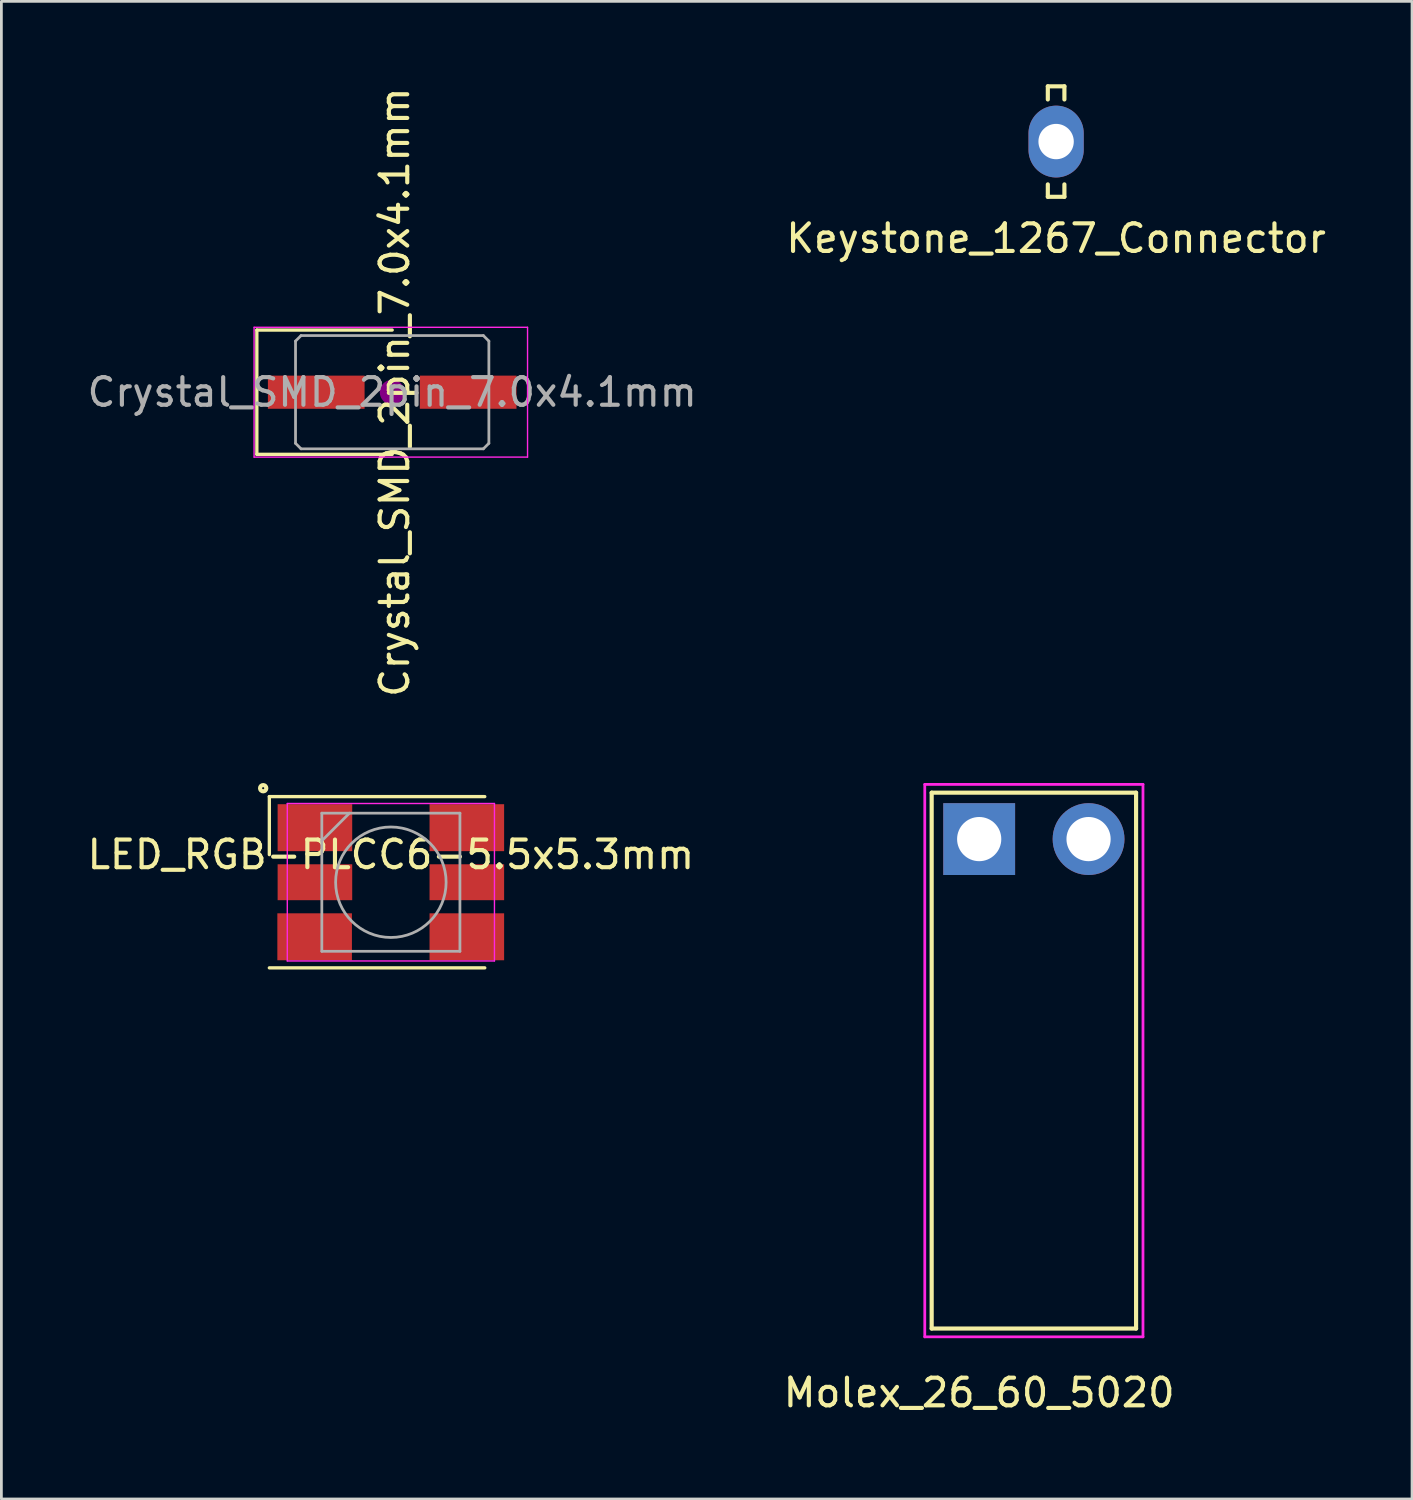
<source format=kicad_pcb>
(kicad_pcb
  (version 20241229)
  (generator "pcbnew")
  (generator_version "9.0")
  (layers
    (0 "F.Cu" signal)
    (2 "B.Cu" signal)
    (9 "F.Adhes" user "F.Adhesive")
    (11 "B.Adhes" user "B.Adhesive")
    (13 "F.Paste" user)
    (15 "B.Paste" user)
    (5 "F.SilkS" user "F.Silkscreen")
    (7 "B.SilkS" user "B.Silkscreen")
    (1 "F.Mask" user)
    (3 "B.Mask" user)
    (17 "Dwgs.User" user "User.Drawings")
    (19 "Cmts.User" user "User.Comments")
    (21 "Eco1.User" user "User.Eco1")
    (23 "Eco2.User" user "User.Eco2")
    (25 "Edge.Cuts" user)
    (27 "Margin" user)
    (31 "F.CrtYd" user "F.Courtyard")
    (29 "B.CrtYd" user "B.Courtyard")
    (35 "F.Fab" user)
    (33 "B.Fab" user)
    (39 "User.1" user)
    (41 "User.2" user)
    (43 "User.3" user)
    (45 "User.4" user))
  (footprint "Keystone_1267_Connector"
    (layer "F.Cu")
    (at 35.185 2.075)
    (property "Reference" "Keystone_1267_Connector" (at 0 3.505 0) (layer "F.SilkS") (effects (font (size 1 1) (thickness 0.15))))
    (attr through_hole)
    (fp_line (start -0.3 -2) (end 0.3 -2) (stroke (width 0.15) (type solid)) (layer "F.SilkS"))
    (fp_line (start -0.3 -1.524) (end -0.3 -2) (stroke (width 0.15) (type solid)) (layer "F.SilkS"))
    (fp_line (start -0.3 1.55) (end -0.3 2) (stroke (width 0.15) (type solid)) (layer "F.SilkS"))
    (fp_line (start -0.3 2) (end 0.3 2) (stroke (width 0.15) (type solid)) (layer "F.SilkS"))
    (fp_line (start 0.3 -1.524) (end 0.3 -2) (stroke (width 0.15) (type solid)) (layer "F.SilkS"))
    (fp_line (start 0.3 1.55) (end 0.3 2) (stroke (width 0.15) (type solid)) (layer "F.SilkS"))
    (pad "1" thru_hole oval (at 0 0) (size 2 2.6) (drill 1.28) (layers "*.Cu" "*.Mask")))
  (footprint "Molex_26_60_5020"
    (layer "F.Cu")
    (at 34.38 36.348)
    (property "Reference" "Molex_26_60_5020" (at -1.981 11.024 0) (layer "F.SilkS") (effects (font (size 1 1) (thickness 0.15))))
    (attr through_hole)
    (fp_line (start -3.7 -10.7) (end -3.7 8.7) (stroke (width 0.15) (type solid)) (layer "F.SilkS"))
    (fp_line (start -3.7 -10.7) (end 3.7 -10.7) (stroke (width 0.15) (type solid)) (layer "F.SilkS"))
    (fp_line (start -3.7 8.7) (end 3.7 8.7) (stroke (width 0.15) (type solid)) (layer "F.SilkS"))
    (fp_line (start 3.7 -10.7) (end 3.7 8.7) (stroke (width 0.15) (type solid)) (layer "F.SilkS"))
    (fp_line (start -3.95 -11) (end -3.95 9) (stroke (width 0.1) (type solid)) (layer "F.CrtYd"))
    (fp_line (start -3.95 -11) (end 3.95 -11) (stroke (width 0.1) (type solid)) (layer "F.CrtYd"))
    (fp_line (start -3.95 9) (end 3.95 9) (stroke (width 0.1) (type solid)) (layer "F.CrtYd"))
    (fp_line (start 3.95 -11) (end 3.95 9) (stroke (width 0.1) (type solid)) (layer "F.CrtYd"))
    (pad "1" thru_hole rect (at -1.98 -9.02) (size 2.6 2.6) (drill 1.6) (layers "*.Cu" "*.Mask"))
    (pad "2" thru_hole circle (at 1.98 -9.02) (size 2.6 2.6) (drill 1.6) (layers "*.Cu" "*.Mask")))
  (footprint "Crystal_SMD_2pin_7.0x4.1mm"
    (layer "F.Cu")
    (at 11.149 11.149)
    (property "Reference" "Crystal_SMD_2pin_7.0x4.1mm" (at 0.09 0 90) (layer "F.SilkS") (effects (font (size 1 1) (thickness 0.15))))
    (attr smd)
    (fp_line (start -4.9 -2.25) (end -4.9 2.25) (stroke (width 0.12) (type solid)) (layer "F.SilkS"))
    (fp_line (start -4.9 2.25) (end 0 2.25) (stroke (width 0.12) (type solid)) (layer "F.SilkS"))
    (fp_line (start 0 -2.25) (end -4.9 -2.25) (stroke (width 0.12) (type solid)) (layer "F.SilkS"))
    (fp_circle (center 0 0) (end 0.093 0) (stroke (width 0.187) (type solid)) (fill no) (layer "F.Adhes"))
    (fp_circle (center 0 0) (end 0.213 0) (stroke (width 0.133) (type solid)) (fill no) (layer "F.Adhes"))
    (fp_circle (center 0 0) (end 0.333 0) (stroke (width 0.133) (type solid)) (fill no) (layer "F.Adhes"))
    (fp_circle (center 0 0) (end 0.4 0) (stroke (width 0.1) (type solid)) (fill no) (layer "F.Adhes"))
    (fp_line (start -5 -2.35) (end -5 2.35) (stroke (width 0.05) (type solid)) (layer "F.CrtYd"))
    (fp_line (start -5 2.35) (end 4.9 2.35) (stroke (width 0.05) (type solid)) (layer "F.CrtYd"))
    (fp_line (start 4.9 -2.35) (end -5 -2.35) (stroke (width 0.05) (type solid)) (layer "F.CrtYd"))
    (fp_line (start 4.9 2.35) (end 4.9 -2.35) (stroke (width 0.05) (type solid)) (layer "F.CrtYd"))
    (fp_line (start -3.5 -1.85) (end -3.3 -2.05) (stroke (width 0.1) (type solid)) (layer "F.Fab"))
    (fp_line (start -3.5 1.85) (end -3.5 -1.85) (stroke (width 0.1) (type solid)) (layer "F.Fab"))
    (fp_line (start -3.3 -2.05) (end 3.3 -2.05) (stroke (width 0.1) (type solid)) (layer "F.Fab"))
    (fp_line (start -3.3 2.05) (end -3.5 1.85) (stroke (width 0.1) (type solid)) (layer "F.Fab"))
    (fp_line (start 3.3 -2.05) (end 3.5 -1.85) (stroke (width 0.1) (type solid)) (layer "F.Fab"))
    (fp_line (start 3.3 2.05) (end -3.3 2.05) (stroke (width 0.1) (type solid)) (layer "F.Fab"))
    (fp_line (start 3.5 -1.85) (end 3.5 1.85) (stroke (width 0.1) (type solid)) (layer "F.Fab"))
    (fp_line (start 3.5 1.85) (end 3.3 2.05) (stroke (width 0.1) (type solid)) (layer "F.Fab"))
    (fp_text user "${REFERENCE}" (at 0 0 0) (layer "F.Fab") (effects (font (size 1 1) (thickness 0.15))))
    (pad "1" smd rect (at -2.75 0) (size 3.5 1.2) (layers "F.Cu" "F.Mask" "F.Paste"))
    (pad "2" smd rect (at 2.75 0) (size 3.5 1.2) (layers "F.Cu" "F.Mask" "F.Paste")))
  (footprint "LED_RGB-PLCC6-5.5x5.3mm"
    (layer "F.Cu")
    (at 11.101 28.89)
    (property "Reference" "LED_RGB-PLCC6-5.5x5.3mm" (at 0 -1 0) (layer "F.SilkS") (effects (font (size 1 1) (thickness 0.15))))
    (attr smd)
    (fp_line (start -4.4 -3.1) (end -4.4 -1) (stroke (width 0.12) (type solid)) (layer "F.SilkS"))
    (fp_line (start -4.4 -3.1) (end 3.4 -3.1) (stroke (width 0.12) (type solid)) (layer "F.SilkS"))
    (fp_line (start -4.4 3.1) (end 3.4 3.1) (stroke (width 0.12) (type solid)) (layer "F.SilkS"))
    (fp_circle (center -4.623 -3.404) (end -4.521 -3.454) (stroke (width 0.15) (type solid)) (fill no) (layer "F.SilkS"))
    (fp_line (start -3.75 -2.85) (end -3.75 2.85) (stroke (width 0.05) (type solid)) (layer "F.CrtYd"))
    (fp_line (start -3.75 2.85) (end 3.75 2.85) (stroke (width 0.05) (type solid)) (layer "F.CrtYd"))
    (fp_line (start 3.75 -2.85) (end -3.75 -2.85) (stroke (width 0.05) (type solid)) (layer "F.CrtYd"))
    (fp_line (start 3.75 2.85) (end 3.75 -2.85) (stroke (width 0.05) (type solid)) (layer "F.CrtYd"))
    (fp_line (start -2.5 -2.5) (end 2.5 -2.5) (stroke (width 0.1) (type solid)) (layer "F.Fab"))
    (fp_line (start -2.5 -1.5) (end -1.5 -2.5) (stroke (width 0.1) (type solid)) (layer "F.Fab"))
    (fp_line (start -2.5 2.5) (end -2.5 -2.5) (stroke (width 0.1) (type solid)) (layer "F.Fab"))
    (fp_line (start 2.5 -2.5) (end 2.5 2.5) (stroke (width 0.1) (type solid)) (layer "F.Fab"))
    (fp_line (start 2.5 2.5) (end -2.5 2.5) (stroke (width 0.1) (type solid)) (layer "F.Fab"))
    (fp_circle (center 0 0) (end 0 -2) (stroke (width 0.1) (type solid)) (fill no) (layer "F.Fab"))
    (pad "1" smd rect (at -2.75 -1.975) (size 2.7 1.7) (layers "F.Cu" "F.Mask" "F.Paste"))
    (pad "2" smd rect (at -2.75 0) (size 2.7 1.3) (layers "F.Cu" "F.Mask" "F.Paste"))
    (pad "3" smd rect (at -2.76 1.975) (size 2.7 1.7) (layers "F.Cu" "F.Mask" "F.Paste"))
    (pad "4" smd rect (at 2.75 1.975) (size 2.7 1.7) (layers "F.Cu" "F.Mask" "F.Paste"))
    (pad "5" smd rect (at 2.75 0) (size 2.7 1.3) (layers "F.Cu" "F.Mask" "F.Paste"))
    (pad "6" smd rect (at 2.75 -1.975) (size 2.7 1.7) (layers "F.Cu" "F.Mask" "F.Paste")))
  (gr_rect
    (start -3 -3)
    (end 48.071 51.219)
    (stroke (width 0.1) (type default))
    (fill no)
    (layer "Edge.Cuts")))
</source>
